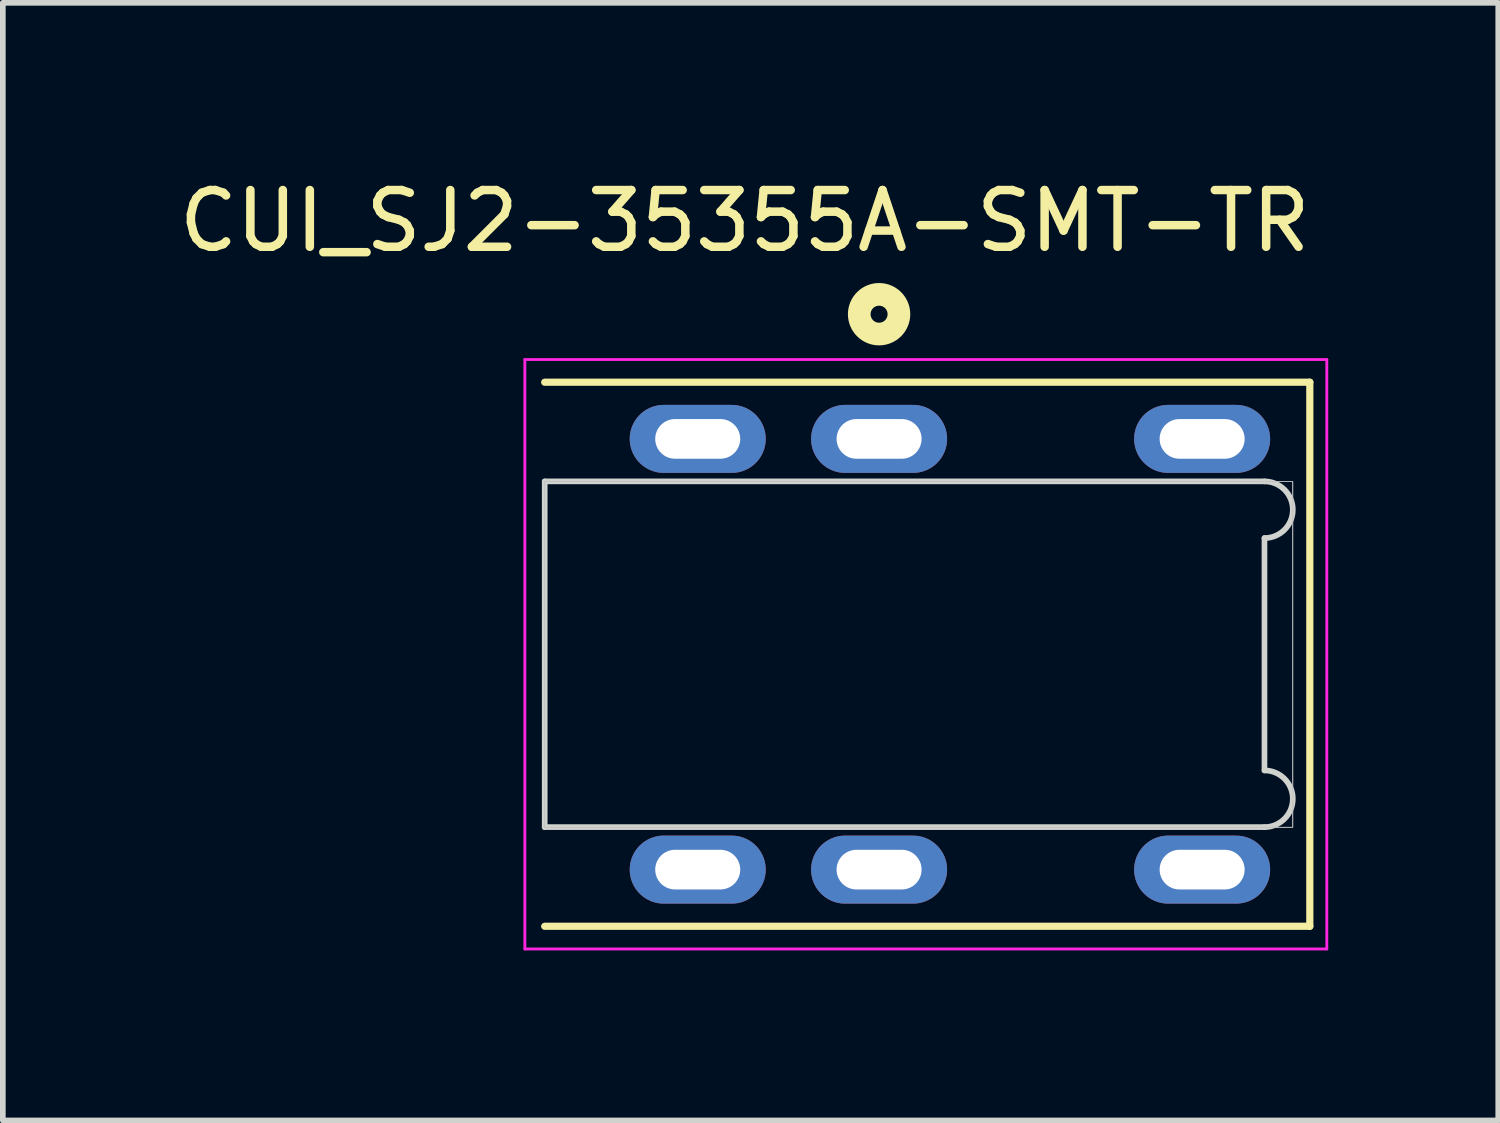
<source format=kicad_pcb>
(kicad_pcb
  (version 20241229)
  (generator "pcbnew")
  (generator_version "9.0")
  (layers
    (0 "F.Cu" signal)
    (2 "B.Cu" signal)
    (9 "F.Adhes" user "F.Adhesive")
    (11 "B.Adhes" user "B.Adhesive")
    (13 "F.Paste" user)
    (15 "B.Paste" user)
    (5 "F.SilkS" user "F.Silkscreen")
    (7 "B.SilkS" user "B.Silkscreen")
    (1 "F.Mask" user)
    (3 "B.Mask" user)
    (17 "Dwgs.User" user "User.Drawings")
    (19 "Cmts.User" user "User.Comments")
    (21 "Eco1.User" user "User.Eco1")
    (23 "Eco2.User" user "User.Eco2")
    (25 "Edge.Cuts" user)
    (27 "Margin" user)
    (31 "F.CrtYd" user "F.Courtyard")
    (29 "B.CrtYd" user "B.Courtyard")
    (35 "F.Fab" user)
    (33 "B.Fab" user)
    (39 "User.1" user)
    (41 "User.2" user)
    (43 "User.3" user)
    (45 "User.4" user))
  (footprint "CUI_SJ2-35355A-SMT-TR"
    (layer "F.Cu")
    (at 6.561 8.494)
    (property "Reference" "CUI_SJ2-35355A-SMT-TR" (at 3.53 -7.645 0) (layer "F.SilkS") (effects (font (size 1.001 1.001) (thickness 0.15))))
    (attr through_hole)
    (fp_line (start 0 -4.8) (end 13.5 -4.8) (stroke (width 0.127) (type solid)) (layer "F.SilkS"))
    (fp_line (start 13.5 -4.8) (end 13.5 4.8) (stroke (width 0.127) (type solid)) (layer "F.SilkS"))
    (fp_line (start 13.5 4.8) (end 0 4.8) (stroke (width 0.127) (type solid)) (layer "F.SilkS"))
    (fp_circle (center 5.9 -6) (end 6.05 -6) (stroke (width 0.4) (type solid)) (fill no) (layer "F.SilkS"))
    (fp_poly (pts (xy 0 -3.05) (xy 13.2 -3.05) (xy 13.2 3.051) (xy 0 3.051)) (stroke (width 0.01) (type solid)) (fill no) (layer "Dwgs.User"))
    (fp_poly (pts (xy 0 -3.05) (xy 13.2 -3.05) (xy 13.2 3.054) (xy 0 3.054)) (stroke (width 0.01) (type solid)) (fill no) (layer "Dwgs.User"))
    (fp_poly (pts (xy 0 -3.05) (xy 13.2 -3.05) (xy 13.2 3.054) (xy 0 3.054)) (stroke (width 0.01) (type solid)) (fill no) (layer "Dwgs.User"))
    (fp_line (start 0 -3.05) (end 12.7 -3.05) (stroke (width 0.1) (type solid)) (layer "Edge.Cuts"))
    (fp_line (start 0 3.05) (end 0 -3.05) (stroke (width 0.1) (type solid)) (layer "Edge.Cuts"))
    (fp_line (start 12.7 -2.05) (end 12.7 2.05) (stroke (width 0.1) (type solid)) (layer "Edge.Cuts"))
    (fp_line (start 12.7 3.05) (end 0 3.05) (stroke (width 0.1) (type solid)) (layer "Edge.Cuts"))
    (fp_arc (start 12.7 -3.05) (mid 13.2 -2.55) (end 12.7 -2.05) (stroke (width 0.1) (type solid)) (layer "Edge.Cuts"))
    (fp_arc (start 12.7 2.05) (mid 13.2 2.55) (end 12.7 3.05) (stroke (width 0.1) (type solid)) (layer "Edge.Cuts"))
    (fp_line (start -0.35 -5.2) (end 13.8 -5.2) (stroke (width 0.05) (type solid)) (layer "F.CrtYd"))
    (fp_line (start -0.35 5.2) (end -0.35 -5.2) (stroke (width 0.05) (type solid)) (layer "F.CrtYd"))
    (fp_line (start 13.8 -5.2) (end 13.8 5.2) (stroke (width 0.05) (type solid)) (layer "F.CrtYd"))
    (fp_line (start 13.8 5.2) (end -0.35 5.2) (stroke (width 0.05) (type solid)) (layer "F.CrtYd"))
    (pad "1" thru_hole oval (at 5.9 -3.8) (size 2.4 1.2) (drill oval 1.5 0.7) (layers "*.Cu" "*.Mask"))
    (pad "2" thru_hole oval (at 11.6 -3.8) (size 2.4 1.2) (drill oval 1.5 0.7) (layers "*.Cu" "*.Mask"))
    (pad "3" thru_hole oval (at 5.9 3.8) (size 2.4 1.2) (drill oval 1.5 0.7) (layers "*.Cu" "*.Mask"))
    (pad "4" thru_hole oval (at 2.7 -3.8) (size 2.4 1.2) (drill oval 1.5 0.7) (layers "*.Cu" "*.Mask"))
    (pad "5" thru_hole oval (at 11.6 3.8) (size 2.4 1.2) (drill oval 1.5 0.7) (layers "*.Cu" "*.Mask"))
    (pad "6" thru_hole oval (at 2.7 3.8) (size 2.4 1.2) (drill oval 1.5 0.7) (layers "*.Cu" "*.Mask")))
  (gr_rect
    (start -3 -3)
    (end 23.386 16.719)
    (stroke (width 0.1) (type default))
    (fill no)
    (layer "Edge.Cuts")))
</source>
